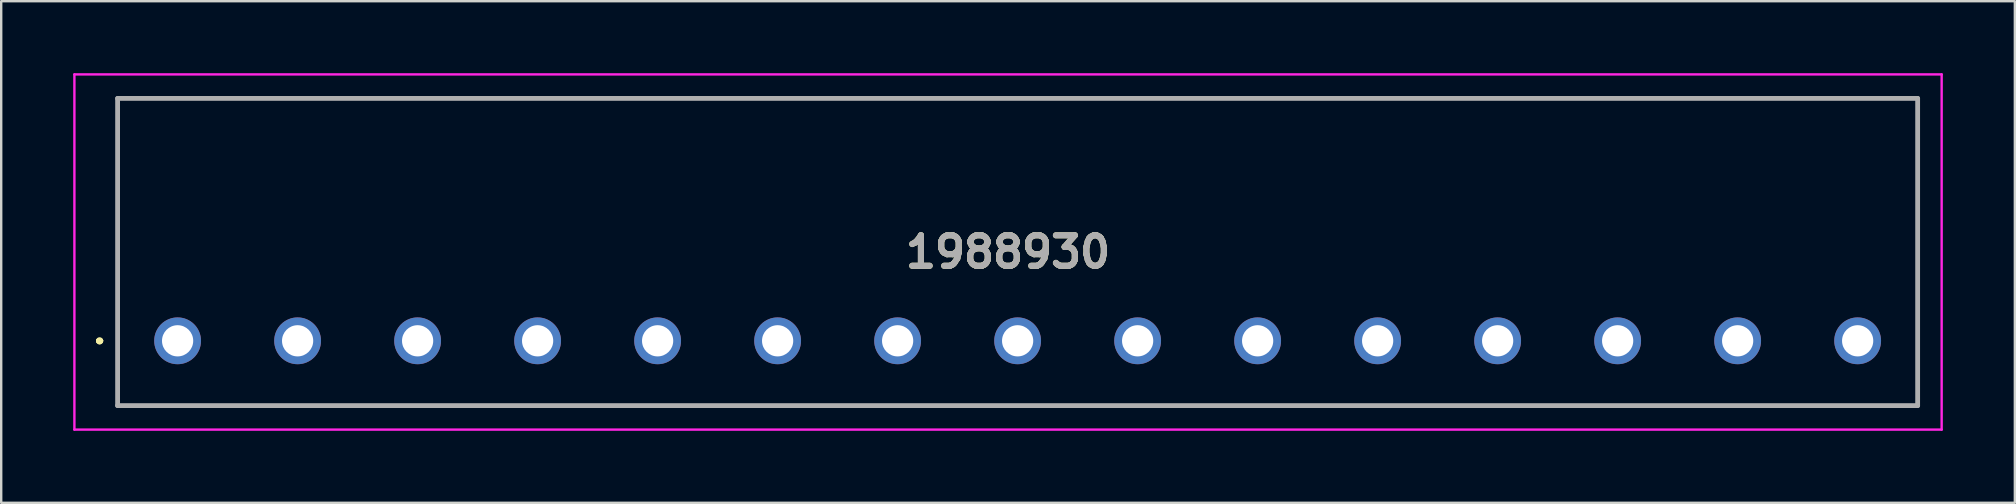
<source format=kicad_pcb>
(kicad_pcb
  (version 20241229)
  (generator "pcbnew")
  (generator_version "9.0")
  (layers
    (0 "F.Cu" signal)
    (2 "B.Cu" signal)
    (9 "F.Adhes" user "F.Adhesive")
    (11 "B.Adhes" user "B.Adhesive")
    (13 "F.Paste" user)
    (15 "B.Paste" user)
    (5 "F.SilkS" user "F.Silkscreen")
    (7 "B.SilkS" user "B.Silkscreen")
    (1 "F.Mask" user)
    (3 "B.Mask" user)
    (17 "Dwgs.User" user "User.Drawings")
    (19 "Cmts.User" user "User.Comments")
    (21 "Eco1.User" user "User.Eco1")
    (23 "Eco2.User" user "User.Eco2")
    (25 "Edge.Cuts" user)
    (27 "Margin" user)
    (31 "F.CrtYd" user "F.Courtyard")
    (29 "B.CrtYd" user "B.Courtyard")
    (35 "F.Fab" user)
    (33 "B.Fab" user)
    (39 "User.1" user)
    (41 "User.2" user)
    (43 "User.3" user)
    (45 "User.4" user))
  (footprint "1988930"
    (layer "F.Cu")
    (at 4.35 11.15)
    (property "Reference" "1988930" (at 34.6 -3.7 0) (layer "F.SilkS") (effects (font (size 1.27 1.27) (thickness 0.254))))
    (attr through_hole)
    (fp_line (start -3.3 0) (end -3.3 0) (stroke (width 0.2) (type solid)) (layer "F.SilkS"))
    (fp_line (start -3.3 0) (end -3.3 0) (stroke (width 0.2) (type solid)) (layer "F.SilkS"))
    (fp_line (start -3.2 0) (end -3.2 0) (stroke (width 0.2) (type solid)) (layer "F.SilkS"))
    (fp_line (start -2.5 -10.1) (end 72.5 -10.1) (stroke (width 0.1) (type solid)) (layer "F.SilkS"))
    (fp_line (start -2.5 2.7) (end -2.5 -10.1) (stroke (width 0.1) (type solid)) (layer "F.SilkS"))
    (fp_line (start 72.5 -10.1) (end 72.5 2.7) (stroke (width 0.1) (type solid)) (layer "F.SilkS"))
    (fp_line (start 72.5 2.7) (end -2.5 2.7) (stroke (width 0.1) (type solid)) (layer "F.SilkS"))
    (fp_arc (start -3.3 0) (mid -3.25 -0.05) (end -3.2 0) (stroke (width 0.2) (type solid)) (layer "F.SilkS"))
    (fp_arc (start -3.2 0) (mid -3.25 0.05) (end -3.3 0) (stroke (width 0.2) (type solid)) (layer "F.SilkS"))
    (fp_arc (start -3.2 0) (mid -3.25 0.05) (end -3.3 0) (stroke (width 0.2) (type solid)) (layer "F.SilkS"))
    (fp_line (start -4.3 -11.1) (end 73.5 -11.1) (stroke (width 0.1) (type solid)) (layer "F.CrtYd"))
    (fp_line (start -4.3 3.7) (end -4.3 -11.1) (stroke (width 0.1) (type solid)) (layer "F.CrtYd"))
    (fp_line (start 73.5 -11.1) (end 73.5 3.7) (stroke (width 0.1) (type solid)) (layer "F.CrtYd"))
    (fp_line (start 73.5 3.7) (end -4.3 3.7) (stroke (width 0.1) (type solid)) (layer "F.CrtYd"))
    (fp_line (start -2.5 -10.1) (end -2.5 2.7) (stroke (width 0.2) (type solid)) (layer "F.Fab"))
    (fp_line (start -2.5 2.7) (end 72.5 2.7) (stroke (width 0.2) (type solid)) (layer "F.Fab"))
    (fp_line (start 72.5 -10.1) (end -2.5 -10.1) (stroke (width 0.2) (type solid)) (layer "F.Fab"))
    (fp_line (start 72.5 2.7) (end 72.5 -10.1) (stroke (width 0.2) (type solid)) (layer "F.Fab"))
    (fp_text user "${REFERENCE}" (at 34.6 -3.7 0) (layer "F.Fab") (effects (font (size 1.27 1.27) (thickness 0.254))))
    (pad "1" thru_hole circle (at 0 0) (size 1.95 1.95) (drill 1.3) (layers "*.Cu" "*.Mask"))
    (pad "2" thru_hole circle (at 5 0) (size 1.95 1.95) (drill 1.3) (layers "*.Cu" "*.Mask"))
    (pad "3" thru_hole circle (at 10 0) (size 1.95 1.95) (drill 1.3) (layers "*.Cu" "*.Mask"))
    (pad "4" thru_hole circle (at 15 0) (size 1.95 1.95) (drill 1.3) (layers "*.Cu" "*.Mask"))
    (pad "5" thru_hole circle (at 20 0) (size 1.95 1.95) (drill 1.3) (layers "*.Cu" "*.Mask"))
    (pad "6" thru_hole circle (at 25 0) (size 1.95 1.95) (drill 1.3) (layers "*.Cu" "*.Mask"))
    (pad "7" thru_hole circle (at 30 0) (size 1.95 1.95) (drill 1.3) (layers "*.Cu" "*.Mask"))
    (pad "8" thru_hole circle (at 35 0) (size 1.95 1.95) (drill 1.3) (layers "*.Cu" "*.Mask"))
    (pad "9" thru_hole circle (at 40 0) (size 1.95 1.95) (drill 1.3) (layers "*.Cu" "*.Mask"))
    (pad "10" thru_hole circle (at 45 0) (size 1.95 1.95) (drill 1.3) (layers "*.Cu" "*.Mask"))
    (pad "11" thru_hole circle (at 50 0) (size 1.95 1.95) (drill 1.3) (layers "*.Cu" "*.Mask"))
    (pad "12" thru_hole circle (at 55 0) (size 1.95 1.95) (drill 1.3) (layers "*.Cu" "*.Mask"))
    (pad "13" thru_hole circle (at 60 0) (size 1.95 1.95) (drill 1.3) (layers "*.Cu" "*.Mask"))
    (pad "14" thru_hole circle (at 65 0) (size 1.95 1.95) (drill 1.3) (layers "*.Cu" "*.Mask"))
    (pad "15" thru_hole circle (at 70 0) (size 1.95 1.95) (drill 1.3) (layers "*.Cu" "*.Mask")))
  (gr_rect
    (start -3 -3)
    (end 80.9 17.9)
    (stroke (width 0.1) (type default))
    (fill no)
    (layer "Edge.Cuts")))
</source>
